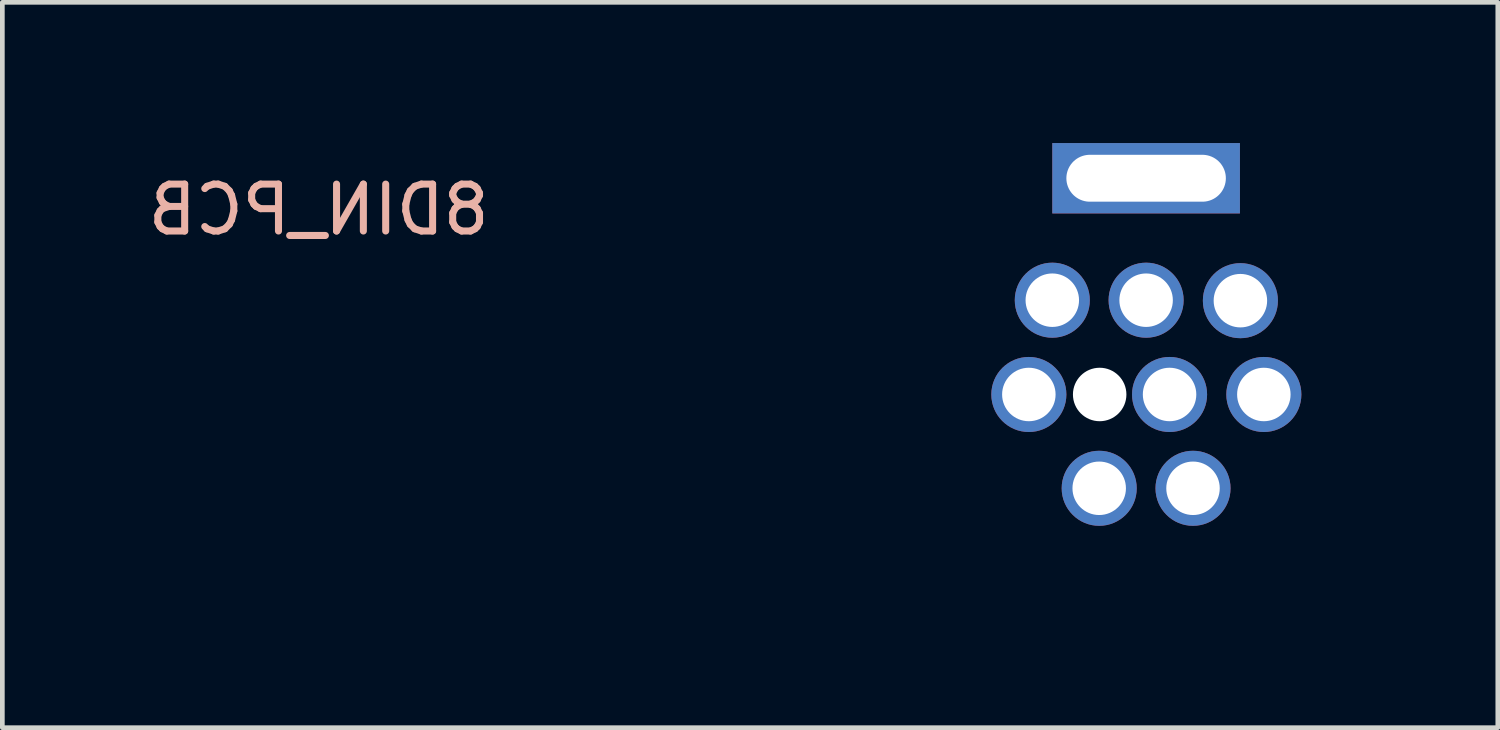
<source format=kicad_pcb>
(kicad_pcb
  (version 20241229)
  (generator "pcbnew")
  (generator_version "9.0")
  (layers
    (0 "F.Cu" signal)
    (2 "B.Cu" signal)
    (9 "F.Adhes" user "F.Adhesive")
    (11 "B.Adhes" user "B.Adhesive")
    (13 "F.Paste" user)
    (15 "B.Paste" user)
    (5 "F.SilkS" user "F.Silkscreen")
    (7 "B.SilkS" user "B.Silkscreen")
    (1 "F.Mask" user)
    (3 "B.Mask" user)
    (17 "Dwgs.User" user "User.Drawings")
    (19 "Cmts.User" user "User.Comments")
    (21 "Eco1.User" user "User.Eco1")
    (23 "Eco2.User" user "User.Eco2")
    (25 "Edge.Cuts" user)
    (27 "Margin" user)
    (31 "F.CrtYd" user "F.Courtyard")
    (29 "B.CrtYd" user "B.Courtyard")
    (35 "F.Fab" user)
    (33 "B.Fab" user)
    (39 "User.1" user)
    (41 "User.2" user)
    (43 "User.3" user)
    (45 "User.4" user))
  (footprint "8DIN_PCB"
    (layer "F.Cu")
    (at 21.384 3.35)
    (property "Reference" "8DIN_PCB" (at -17.64 -1.93 0) (layer "B.SilkS") (effects (font (size 1 1) (thickness 0.15)) (justify mirror)))
    (attr through_hole)
    (fp_poly (pts (xy 1.692 -2.573) (xy 1.724 -2.563) (xy 1.777 -2.541) (xy 1.844 -2.511) (xy 1.922 -2.474) (xy 2.007 -2.432) (xy 2.093 -2.388) (xy 2.177 -2.344) (xy 2.255 -2.302) (xy 2.321 -2.264) (xy 2.332 -2.257) (xy 2.576 -2.099) (xy 2.806 -1.925) (xy 3.029 -1.733) (xy 3.222 -1.545) (xy 3.42 -1.333) (xy 3.595 -1.121) (xy 3.752 -0.904) (xy 3.895 -0.675) (xy 4.028 -0.427) (xy 4.066 -0.349) (xy 4.171 -0.12) (xy 4.258 0.101) (xy 4.33 0.322) (xy 4.391 0.554) (xy 4.409 0.633) (xy 4.43 0.729) (xy 4.447 0.813) (xy 4.461 0.891) (xy 4.472 0.965) (xy 4.48 1.041) (xy 4.485 1.123) (xy 4.489 1.215) (xy 4.492 1.321) (xy 4.493 1.445) (xy 4.493 1.592) (xy 4.493 1.608) (xy 4.493 1.77) (xy 4.491 1.909) (xy 4.487 2.029) (xy 4.482 2.135) (xy 4.473 2.232) (xy 4.462 2.324) (xy 4.446 2.415) (xy 4.427 2.509) (xy 4.403 2.613) (xy 4.377 2.72) (xy 4.278 3.053) (xy 4.155 3.374) (xy 4.009 3.683) (xy 3.841 3.979) (xy 3.652 4.26) (xy 3.443 4.526) (xy 3.216 4.775) (xy 2.97 5.006) (xy 2.708 5.219) (xy 2.431 5.411) (xy 2.14 5.584) (xy 1.835 5.734) (xy 1.518 5.861) (xy 1.19 5.964) (xy 0.902 6.032) (xy 0.88 6.037) (xy 0.86 6.041) (xy 0.841 6.046) (xy 0.824 6.05) (xy 0.807 6.054) (xy 0.791 6.057) (xy 0.773 6.061) (xy 0.754 6.064) (xy 0.733 6.068) (xy 0.71 6.071) (xy 0.684 6.074) (xy 0.654 6.076) (xy 0.62 6.079) (xy 0.582 6.081) (xy 0.537 6.084) (xy 0.487 6.086) (xy 0.43 6.088) (xy 0.366 6.09) (xy 0.295 6.092) (xy 0.214 6.093) (xy 0.125 6.095) (xy 0.027 6.096) (xy -0.082 6.098) (xy -0.201 6.099) (xy -0.332 6.1) (xy -0.475 6.101) (xy -0.63 6.102) (xy -0.798 6.103) (xy -0.98 6.104) (xy -1.177 6.104) (xy -1.388 6.105) (xy -1.614 6.106) (xy -1.857 6.106) (xy -2.116 6.107) (xy -2.393 6.107) (xy -2.687 6.107) (xy -2.999 6.107) (xy -3.331 6.108) (xy -3.682 6.108) (xy -4.054 6.108) (xy -4.446 6.108) (xy -4.86 6.108) (xy -5.295 6.108) (xy -5.753 6.108) (xy -6.235 6.108) (xy -6.74 6.108) (xy -7.269 6.108) (xy -7.823 6.108) (xy -8.403 6.108) (xy -9.009 6.108) (xy -9.641 6.108) (xy -20.165 6.108) (xy -20.165 4.06) (xy -1.564 4.06) (xy -1.541 4.182) (xy -1.496 4.291) (xy -1.431 4.385) (xy -1.349 4.463) (xy -1.254 4.524) (xy -1.147 4.563) (xy -1.032 4.581) (xy -0.911 4.575) (xy -0.821 4.555) (xy -0.71 4.506) (xy -0.615 4.436) (xy -0.536 4.343) (xy -0.496 4.277) (xy -0.451 4.163) (xy -0.432 4.048) (xy -0.433 4.01) (xy 0.439 4.01) (xy 0.451 4.138) (xy 0.488 4.254) (xy 0.548 4.357) (xy 0.63 4.443) (xy 0.731 4.513) (xy 0.834 4.557) (xy 0.934 4.577) (xy 1.044 4.579) (xy 1.152 4.561) (xy 1.241 4.53) (xy 1.347 4.467) (xy 1.434 4.385) (xy 1.502 4.289) (xy 1.549 4.181) (xy 1.571 4.066) (xy 1.569 3.947) (xy 1.565 3.924) (xy 1.531 3.8) (xy 1.475 3.692) (xy 1.399 3.601) (xy 1.304 3.529) (xy 1.192 3.478) (xy 1.129 3.461) (xy 1.008 3.447) (xy 0.892 3.458) (xy 0.783 3.492) (xy 0.684 3.546) (xy 0.597 3.618) (xy 0.527 3.707) (xy 0.475 3.808) (xy 0.445 3.921) (xy 0.439 4.01) (xy -0.433 4.01) (xy -0.436 3.934) (xy -0.463 3.825) (xy -0.511 3.724) (xy -0.577 3.633) (xy -0.662 3.557) (xy -0.762 3.498) (xy -0.877 3.46) (xy -0.911 3.453) (xy -1.031 3.446) (xy -1.145 3.464) (xy -1.251 3.504) (xy -1.346 3.564) (xy -1.428 3.642) (xy -1.493 3.734) (xy -1.539 3.838) (xy -1.563 3.952) (xy -1.564 4.06) (xy -20.165 4.06) (xy -20.165 3.462) (xy -16.197 3.462) (xy -16.185 3.542) (xy -16.151 3.61) (xy -16.099 3.663) (xy -16.055 3.687) (xy -15.991 3.701) (xy -15.919 3.699) (xy -15.852 3.682) (xy -15.833 3.672) (xy -15.773 3.626) (xy -15.736 3.566) (xy -15.721 3.495) (xy -13.44 3.495) (xy -13.42 3.567) (xy -13.38 3.629) (xy -13.327 3.672) (xy -13.27 3.693) (xy -13.203 3.701) (xy -13.136 3.695) (xy -13.079 3.677) (xy -13.063 3.667) (xy -13.01 3.617) (xy -12.979 3.561) (xy -12.966 3.489) (xy -12.966 3.486) (xy -12.967 3.458) (xy -10.681 3.458) (xy -10.674 3.534) (xy -10.651 3.594) (xy -10.61 3.644) (xy -10.55 3.682) (xy -10.478 3.701) (xy -10.402 3.7) (xy -10.33 3.678) (xy -10.318 3.672) (xy -10.26 3.625) (xy -10.222 3.564) (xy -10.204 3.496) (xy -10.205 3.434) (xy -7.93 3.434) (xy -7.926 3.509) (xy -7.9 3.58) (xy -7.855 3.643) (xy -7.797 3.682) (xy -7.724 3.699) (xy -7.675 3.699) (xy -7.606 3.69) (xy -7.559 3.672) (xy -7.551 3.667) (xy -7.495 3.614) (xy -7.463 3.552) (xy -7.451 3.475) (xy -7.451 3.462) (xy -7.462 3.378) (xy -7.494 3.311) (xy -7.546 3.262) (xy -7.616 3.233) (xy -7.667 3.225) (xy -7.749 3.231) (xy -7.819 3.259) (xy -7.874 3.305) (xy -7.912 3.365) (xy -7.93 3.434) (xy -10.205 3.434) (xy -10.205 3.424) (xy -10.226 3.356) (xy -10.266 3.297) (xy -10.324 3.252) (xy -10.37 3.232) (xy -10.414 3.224) (xy -10.465 3.225) (xy -10.546 3.242) (xy -10.61 3.279) (xy -10.654 3.336) (xy -10.677 3.41) (xy -10.681 3.458) (xy -12.967 3.458) (xy -12.97 3.399) (xy -12.996 3.328) (xy -13.042 3.274) (xy -13.108 3.239) (xy -13.188 3.225) (xy -13.27 3.231) (xy -13.337 3.258) (xy -13.389 3.307) (xy -13.412 3.344) (xy -13.437 3.419) (xy -13.44 3.495) (xy -15.721 3.495) (xy -15.72 3.49) (xy -15.719 3.462) (xy -15.729 3.38) (xy -15.759 3.315) (xy -15.811 3.266) (xy -15.84 3.25) (xy -15.92 3.224) (xy -15.996 3.223) (xy -16.066 3.244) (xy -16.124 3.284) (xy -16.168 3.341) (xy -16.192 3.414) (xy -16.197 3.462) (xy -20.165 3.462) (xy -20.165 1.064) (xy -17.663 1.064) (xy -17.663 2.961) (xy -5.98 2.961) (xy -5.98 1.981) (xy -3.067 1.981) (xy -3.06 2.099) (xy -3.033 2.212) (xy -2.984 2.315) (xy -2.982 2.317) (xy -2.905 2.414) (xy -2.813 2.489) (xy -2.707 2.54) (xy -2.587 2.567) (xy -2.482 2.572) (xy -2.415 2.568) (xy -2.364 2.561) (xy -2.318 2.547) (xy -2.267 2.525) (xy -2.156 2.46) (xy -2.068 2.379) (xy -2.002 2.284) (xy -1.96 2.174) (xy -1.942 2.05) (xy -1.942 1.98) (xy -1.36 1.98) (xy -1.355 2.109) (xy -1.327 2.223) (xy -1.276 2.324) (xy -1.201 2.413) (xy -1.191 2.422) (xy -1.098 2.494) (xy -0.999 2.542) (xy -0.89 2.567) (xy -0.778 2.572) (xy -0.711 2.568) (xy -0.66 2.561) (xy -0.614 2.547) (xy -0.563 2.525) (xy -0.453 2.46) (xy -0.364 2.379) (xy -0.299 2.283) (xy -0.257 2.172) (xy -0.239 2.056) (xy -0.06 2.056) (xy -0.041 2.166) (xy 0.001 2.272) (xy 0.066 2.37) (xy 0.089 2.397) (xy 0.174 2.474) (xy 0.263 2.528) (xy 0.361 2.56) (xy 0.474 2.572) (xy 0.528 2.572) (xy 0.595 2.568) (xy 0.646 2.561) (xy 0.693 2.547) (xy 0.743 2.525) (xy 0.847 2.464) (xy 0.93 2.389) (xy 0.996 2.294) (xy 1.01 2.266) (xy 1.038 2.206) (xy 1.054 2.153) (xy 1.063 2.096) (xy 1.067 2.051) (xy 1.067 2.039) (xy 1.941 2.039) (xy 1.959 2.154) (xy 2 2.263) (xy 2.061 2.361) (xy 2.14 2.445) (xy 2.235 2.509) (xy 2.247 2.515) (xy 2.307 2.543) (xy 2.36 2.56) (xy 2.414 2.569) (xy 2.479 2.572) (xy 2.534 2.571) (xy 2.601 2.568) (xy 2.651 2.561) (xy 2.697 2.548) (xy 2.748 2.526) (xy 2.751 2.524) (xy 2.857 2.46) (xy 2.944 2.378) (xy 3.01 2.28) (xy 3.054 2.169) (xy 3.074 2.047) (xy 3.073 1.96) (xy 3.051 1.842) (xy 3.006 1.735) (xy 2.941 1.64) (xy 2.859 1.562) (xy 2.763 1.501) (xy 2.655 1.46) (xy 2.54 1.442) (xy 2.427 1.448) (xy 2.304 1.48) (xy 2.196 1.535) (xy 2.103 1.61) (xy 2.029 1.703) (xy 1.976 1.813) (xy 1.947 1.922) (xy 1.941 2.039) (xy 1.067 2.039) (xy 1.064 1.923) (xy 1.037 1.809) (xy 0.987 1.706) (xy 0.911 1.613) (xy 0.891 1.594) (xy 0.793 1.52) (xy 0.685 1.47) (xy 0.569 1.446) (xy 0.449 1.446) (xy 0.327 1.472) (xy 0.252 1.502) (xy 0.152 1.563) (xy 0.071 1.641) (xy 0.008 1.733) (xy -0.035 1.835) (xy -0.058 1.944) (xy -0.06 2.056) (xy -0.239 2.056) (xy -0.238 2.048) (xy -0.238 1.971) (xy -0.243 1.903) (xy -0.252 1.852) (xy -0.268 1.804) (xy -0.288 1.76) (xy -0.354 1.656) (xy -0.44 1.57) (xy -0.541 1.504) (xy -0.656 1.46) (xy -0.713 1.448) (xy -0.831 1.442) (xy -0.947 1.462) (xy -1.056 1.504) (xy -1.154 1.566) (xy -1.238 1.648) (xy -1.303 1.745) (xy -1.311 1.762) (xy -1.334 1.815) (xy -1.348 1.863) (xy -1.356 1.917) (xy -1.36 1.98) (xy -1.942 1.98) (xy -1.946 1.911) (xy -1.955 1.858) (xy -1.97 1.81) (xy -1.991 1.762) (xy -2.052 1.662) (xy -2.132 1.579) (xy -2.229 1.513) (xy -2.336 1.467) (xy -2.449 1.444) (xy -2.566 1.445) (xy -2.59 1.449) (xy -2.712 1.483) (xy -2.821 1.54) (xy -2.914 1.618) (xy -2.989 1.715) (xy -3.014 1.76) (xy -3.051 1.866) (xy -3.067 1.981) (xy -5.98 1.981) (xy -5.98 1.064) (xy -17.663 1.064) (xy -20.165 1.064) (xy -20.165 0.558) (xy -14.818 0.558) (xy -14.806 0.639) (xy -14.772 0.707) (xy -14.72 0.758) (xy -14.654 0.79) (xy -14.575 0.799) (xy -14.56 0.798) (xy -14.508 0.788) (xy -14.458 0.771) (xy -14.441 0.762) (xy -14.39 0.716) (xy -14.356 0.653) (xy -14.34 0.582) (xy -14.34 0.568) (xy -12.065 0.568) (xy -12.062 0.598) (xy -12.037 0.668) (xy -11.991 0.729) (xy -11.931 0.774) (xy -11.86 0.799) (xy -11.822 0.803) (xy -11.779 0.796) (xy -11.73 0.78) (xy -11.711 0.772) (xy -11.65 0.727) (xy -11.608 0.67) (xy -11.585 0.605) (xy -11.58 0.537) (xy -11.581 0.533) (xy -9.304 0.533) (xy -9.299 0.618) (xy -9.271 0.69) (xy -9.222 0.747) (xy -9.155 0.786) (xy -9.143 0.79) (xy -9.089 0.798) (xy -9.025 0.793) (xy -8.964 0.778) (xy -8.929 0.761) (xy -8.878 0.715) (xy -8.844 0.651) (xy -8.828 0.575) (xy -8.828 0.533) (xy -8.846 0.457) (xy -8.884 0.396) (xy -8.936 0.351) (xy -8.998 0.324) (xy -9.066 0.315) (xy -9.136 0.325) (xy -9.202 0.356) (xy -9.261 0.409) (xy -9.27 0.422) (xy -9.29 0.463) (xy -9.302 0.519) (xy -9.304 0.533) (xy -11.581 0.533) (xy -11.594 0.471) (xy -11.625 0.411) (xy -11.674 0.362) (xy -11.738 0.33) (xy -11.759 0.325) (xy -11.842 0.319) (xy -11.916 0.336) (xy -11.98 0.373) (xy -12.028 0.426) (xy -12.058 0.492) (xy -12.065 0.568) (xy -14.34 0.568) (xy -14.343 0.509) (xy -14.365 0.441) (xy -14.384 0.412) (xy -14.44 0.357) (xy -14.507 0.326) (xy -14.578 0.318) (xy -14.661 0.329) (xy -14.729 0.363) (xy -14.779 0.416) (xy -14.81 0.486) (xy -14.818 0.558) (xy -20.165 0.558) (xy -20.165 0.029) (xy -2.569 0.029) (xy -2.552 0.141) (xy -2.515 0.248) (xy -2.46 0.345) (xy -2.388 0.427) (xy -2.313 0.483) (xy -2.232 0.525) (xy -2.158 0.552) (xy -2.079 0.564) (xy -1.986 0.566) (xy -1.981 0.565) (xy -1.913 0.562) (xy -1.862 0.556) (xy -1.818 0.544) (xy -1.771 0.524) (xy -1.757 0.518) (xy -1.655 0.456) (xy -1.571 0.378) (xy -1.507 0.288) (xy -1.463 0.189) (xy -1.439 0.083) (xy -1.435 -0.004) (xy -0.562 -0.004) (xy -0.555 0.105) (xy -0.528 0.211) (xy -0.482 0.309) (xy -0.416 0.396) (xy -0.331 0.468) (xy -0.305 0.484) (xy -0.225 0.526) (xy -0.151 0.551) (xy -0.073 0.564) (xy 0.02 0.566) (xy 0.027 0.566) (xy 0.093 0.562) (xy 0.142 0.557) (xy 0.183 0.546) (xy 0.227 0.527) (xy 0.254 0.515) (xy 0.356 0.451) (xy 0.438 0.371) (xy 0.5 0.28) (xy 0.543 0.18) (xy 0.566 0.074) (xy 0.567 0.033) (xy 1.443 0.033) (xy 1.457 0.141) (xy 1.492 0.246) (xy 1.547 0.342) (xy 1.623 0.428) (xy 1.696 0.484) (xy 1.779 0.527) (xy 1.867 0.554) (xy 1.967 0.565) (xy 2.034 0.565) (xy 2.1 0.562) (xy 2.149 0.556) (xy 2.19 0.546) (xy 2.233 0.528) (xy 2.257 0.516) (xy 2.361 0.451) (xy 2.445 0.368) (xy 2.51 0.271) (xy 2.552 0.164) (xy 2.572 0.049) (xy 2.569 -0.07) (xy 2.54 -0.19) (xy 2.516 -0.249) (xy 2.454 -0.349) (xy 2.37 -0.434) (xy 2.265 -0.501) (xy 2.256 -0.506) (xy 2.214 -0.526) (xy 2.18 -0.538) (xy 2.146 -0.546) (xy 2.104 -0.55) (xy 2.046 -0.551) (xy 2.006 -0.551) (xy 1.934 -0.55) (xy 1.882 -0.548) (xy 1.843 -0.542) (xy 1.809 -0.532) (xy 1.772 -0.516) (xy 1.77 -0.515) (xy 1.668 -0.453) (xy 1.584 -0.375) (xy 1.519 -0.284) (xy 1.474 -0.183) (xy 1.449 -0.077) (xy 1.443 0.033) (xy 0.567 0.033) (xy 0.569 -0.034) (xy 0.552 -0.14) (xy 0.516 -0.242) (xy 0.46 -0.336) (xy 0.385 -0.418) (xy 0.29 -0.486) (xy 0.25 -0.507) (xy 0.196 -0.529) (xy 0.149 -0.544) (xy 0.095 -0.552) (xy 0.031 -0.556) (xy -0.075 -0.554) (xy -0.165 -0.538) (xy -0.248 -0.506) (xy -0.307 -0.473) (xy -0.397 -0.402) (xy -0.467 -0.315) (xy -0.518 -0.218) (xy -0.55 -0.112) (xy -0.562 -0.004) (xy -1.435 -0.004) (xy -1.434 -0.024) (xy -1.449 -0.131) (xy -1.484 -0.233) (xy -1.539 -0.328) (xy -1.614 -0.411) (xy -1.709 -0.48) (xy -1.744 -0.499) (xy -1.791 -0.522) (xy -1.828 -0.537) (xy -1.863 -0.546) (xy -1.904 -0.55) (xy -1.96 -0.551) (xy -2.001 -0.551) (xy -2.069 -0.551) (xy -2.117 -0.548) (xy -2.155 -0.543) (xy -2.19 -0.531) (xy -2.23 -0.513) (xy -2.259 -0.499) (xy -2.364 -0.433) (xy -2.448 -0.35) (xy -2.511 -0.25) (xy -2.552 -0.132) (xy -2.562 -0.083) (xy -2.569 0.029) (xy -20.165 0.029) (xy -20.165 -0.805) (xy -3.812 -0.805) (xy -3.774 -0.864) (xy -3.583 -1.133) (xy -3.369 -1.39) (xy -3.134 -1.632) (xy -2.881 -1.858) (xy -2.614 -2.066) (xy -2.333 -2.252) (xy -2.043 -2.414) (xy -1.87 -2.497) (xy -1.803 -2.527) (xy -1.744 -2.551) (xy -1.698 -2.569) (xy -1.669 -2.578) (xy -1.664 -2.578) (xy -1.654 -2.577) (xy -1.647 -2.57) (xy -1.642 -2.554) (xy -1.639 -2.525) (xy -1.638 -2.479) (xy -1.637 -2.412) (xy -1.637 -2.352) (xy -1.637 -2.125) (xy 1.648 -2.125) (xy 1.648 -2.582) (xy 1.692 -2.573)) (stroke (width 0.01) (type solid)) (fill no) (layer "Eco1.User"))
    (pad "" np_thru_hole circle (at -0.99 2.01) (size 1.14 1.14) (drill 1.14) (layers "*.Cu" "*.Mask"))
    (pad "1" thru_hole circle (at 1 4.01) (size 1.6 1.6) (drill 1.14) (layers "*.Cu" "*.Mask"))
    (pad "2" thru_hole circle (at -1 4.01) (size 1.6 1.6) (drill 1.14) (layers "*.Cu" "*.Mask"))
    (pad "3" thru_hole circle (at 2.51 2.01) (size 1.6 1.6) (drill 1.14) (layers "*.Cu" "*.Mask"))
    (pad "4" thru_hole circle (at 0.5 2.01) (size 1.6 1.6) (drill 1.14) (layers "*.Cu" "*.Mask"))
    (pad "5" thru_hole circle (at -2.5 2.01) (size 1.6 1.6) (drill 1.14) (layers "*.Cu" "*.Mask"))
    (pad "6" thru_hole circle (at 2.01 0.01) (size 1.6 1.6) (drill 1.14) (layers "*.Cu" "*.Mask"))
    (pad "7" thru_hole circle (at 0 0) (size 1.6 1.6) (drill 1.14) (layers "*.Cu" "*.Mask"))
    (pad "8" thru_hole circle (at -2 0) (size 1.6 1.6) (drill 1.14) (layers "*.Cu" "*.Mask"))
    (pad "9" thru_hole rect (at 0 -2.6) (size 4 1.5) (drill oval 3.4 1) (layers "*.Cu" "*.Mask")))
  (gr_rect
    (start -3 -3)
    (end 28.882 12.463)
    (stroke (width 0.1) (type default))
    (fill no)
    (layer "Edge.Cuts")))
</source>
